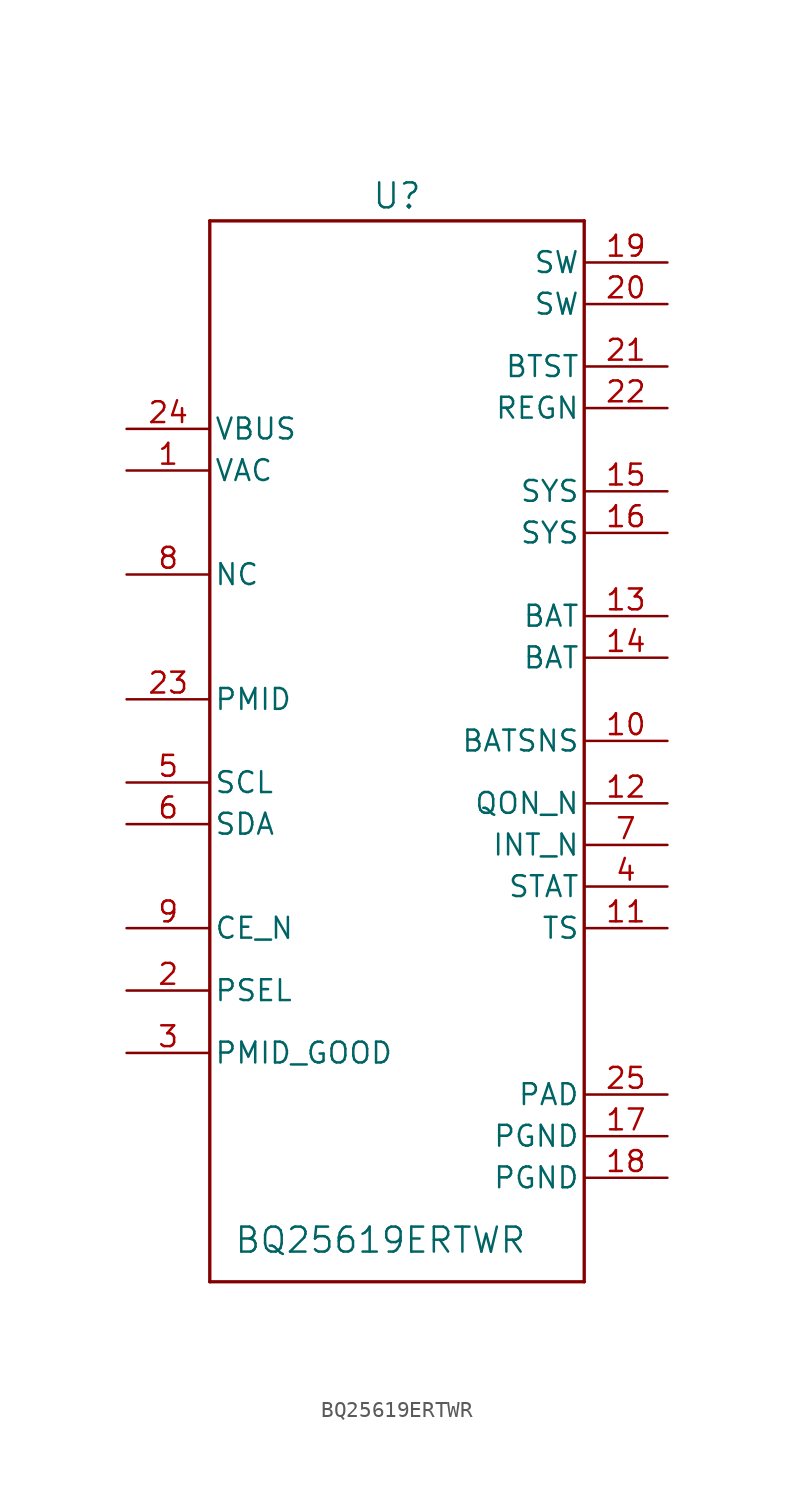
<source format=kicad_sym>
(kicad_symbol_lib
  (version 20241209)
  (generator "kicad_symbol_editor")
  (generator_version "9.0")
  (symbol "BQ25619ERTWR"
    (pin_names
      (offset 0.254))
    (property "Reference" "U"
      (at 3.81 28.194 0)
      (effects (font (size 1.524 1.524))))
    (property "Value" "BQ25619ERTWR"
      (at 2.794 -35.56 0)
      (effects (font (size 1.524 1.524))))
    (property "ki_locked" ""
      (at 0 0 0)
      (effects (font (size 1.27 1.27))))
    (symbol "BQ25619ERTWR_0_1"
      (polyline (pts (xy -7.62 26.67) (xy -7.62 -38.1)) (stroke (width 0.203) (type default)) (fill (type none)))
      (polyline (pts (xy -7.62 -38.1) (xy 15.24 -38.1)) (stroke (width 0.203) (type default)) (fill (type none)))
      (polyline (pts (xy 15.24 26.67) (xy -7.62 26.67)) (stroke (width 0.203) (type default)) (fill (type none)))
      (polyline (pts (xy 15.24 -38.1) (xy 15.24 26.67)) (stroke (width 0.203) (type default)) (fill (type none)))
      (pin power_in line (at -12.7 13.97 0) (length 5.08) (name "VBUS" (effects (font (size 1.27 1.27)))) (number "24" (effects (font (size 1.27 1.27)))))
      (pin power_in line (at -12.7 11.43 0) (length 5.08) (name "VAC" (effects (font (size 1.27 1.27)))) (number "1" (effects (font (size 1.27 1.27)))))
      (pin unspecified line (at -12.7 5.08 0) (length 5.08) (name "NC" (effects (font (size 1.27 1.27)))) (number "8" (effects (font (size 1.27 1.27)))))
      (pin unspecified line (at -12.7 -2.54 0) (length 5.08) (name "PMID" (effects (font (size 1.27 1.27)))) (number "23" (effects (font (size 1.27 1.27)))))
      (pin unspecified line (at -12.7 -7.62 0) (length 5.08) (name "SCL" (effects (font (size 1.27 1.27)))) (number "5" (effects (font (size 1.27 1.27)))))
      (pin unspecified line (at -12.7 -10.16 0) (length 5.08) (name "SDA" (effects (font (size 1.27 1.27)))) (number "6" (effects (font (size 1.27 1.27)))))
      (pin unspecified line (at -12.7 -16.51 0) (length 5.08) (name "CE_N" (effects (font (size 1.27 1.27)))) (number "9" (effects (font (size 1.27 1.27)))))
      (pin unspecified line (at -12.7 -20.32 0) (length 5.08) (name "PSEL" (effects (font (size 1.27 1.27)))) (number "2" (effects (font (size 1.27 1.27)))))
      (pin unspecified line (at -12.7 -24.13 0) (length 5.08) (name "PMID_GOOD" (effects (font (size 1.27 1.27)))) (number "3" (effects (font (size 1.27 1.27)))))
      (pin power_in line (at 20.32 24.13 180) (length 5.08) (name "SW" (effects (font (size 1.27 1.27)))) (number "19" (effects (font (size 1.27 1.27)))))
      (pin power_in line (at 20.32 21.59 180) (length 5.08) (name "SW" (effects (font (size 1.27 1.27)))) (number "20" (effects (font (size 1.27 1.27)))))
      (pin power_in line (at 20.32 17.78 180) (length 5.08) (name "BTST" (effects (font (size 1.27 1.27)))) (number "21" (effects (font (size 1.27 1.27)))))
      (pin power_in line (at 20.32 15.24 180) (length 5.08) (name "REGN" (effects (font (size 1.27 1.27)))) (number "22" (effects (font (size 1.27 1.27)))))
      (pin power_in line (at 20.32 10.16 180) (length 5.08) (name "SYS" (effects (font (size 1.27 1.27)))) (number "15" (effects (font (size 1.27 1.27)))))
      (pin power_in line (at 20.32 7.62 180) (length 5.08) (name "SYS" (effects (font (size 1.27 1.27)))) (number "16" (effects (font (size 1.27 1.27)))))
      (pin power_in line (at 20.32 2.54 180) (length 5.08) (name "BAT" (effects (font (size 1.27 1.27)))) (number "13" (effects (font (size 1.27 1.27)))))
      (pin power_in line (at 20.32 0 180) (length 5.08) (name "BAT" (effects (font (size 1.27 1.27)))) (number "14" (effects (font (size 1.27 1.27)))))
      (pin unspecified line (at 20.32 -5.08 180) (length 5.08) (name "BATSNS" (effects (font (size 1.27 1.27)))) (number "10" (effects (font (size 1.27 1.27)))))
      (pin unspecified line (at 20.32 -8.89 180) (length 5.08) (name "QON_N" (effects (font (size 1.27 1.27)))) (number "12" (effects (font (size 1.27 1.27)))))
      (pin unspecified line (at 20.32 -11.43 180) (length 5.08) (name "INT_N" (effects (font (size 1.27 1.27)))) (number "7" (effects (font (size 1.27 1.27)))))
      (pin unspecified line (at 20.32 -13.97 180) (length 5.08) (name "STAT" (effects (font (size 1.27 1.27)))) (number "4" (effects (font (size 1.27 1.27)))))
      (pin unspecified line (at 20.32 -16.51 180) (length 5.08) (name "TS" (effects (font (size 1.27 1.27)))) (number "11" (effects (font (size 1.27 1.27)))))
      (pin unspecified line (at 20.32 -26.67 180) (length 5.08) (name "PAD" (effects (font (size 1.27 1.27)))) (number "25" (effects (font (size 1.27 1.27)))))
      (pin power_in line (at 20.32 -29.21 180) (length 5.08) (name "PGND" (effects (font (size 1.27 1.27)))) (number "17" (effects (font (size 1.27 1.27)))))
      (pin power_in line (at 20.32 -31.75 180) (length 5.08) (name "PGND" (effects (font (size 1.27 1.27)))) (number "18" (effects (font (size 1.27 1.27))))))))
</source>
